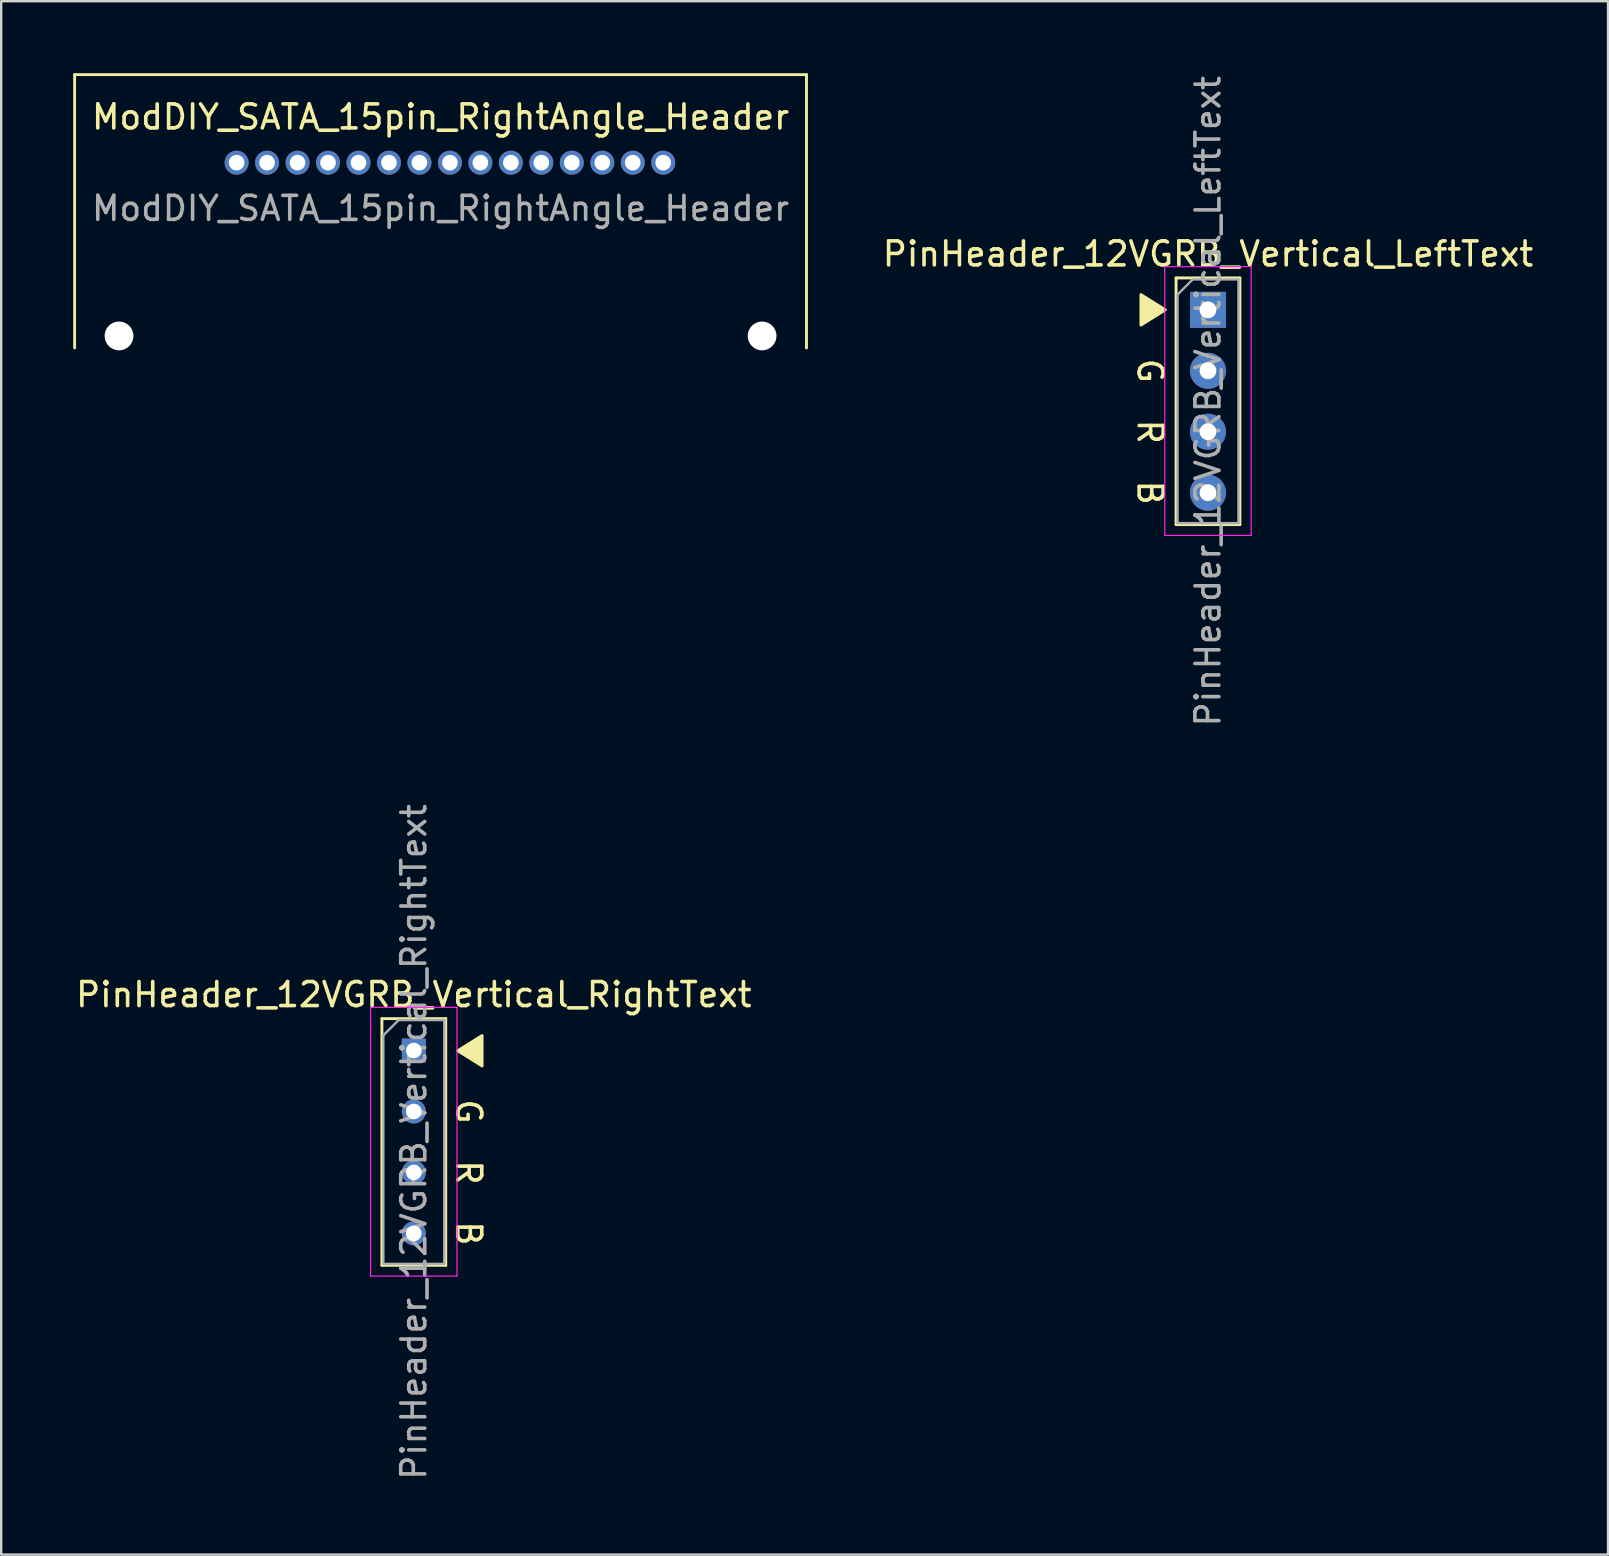
<source format=kicad_pcb>
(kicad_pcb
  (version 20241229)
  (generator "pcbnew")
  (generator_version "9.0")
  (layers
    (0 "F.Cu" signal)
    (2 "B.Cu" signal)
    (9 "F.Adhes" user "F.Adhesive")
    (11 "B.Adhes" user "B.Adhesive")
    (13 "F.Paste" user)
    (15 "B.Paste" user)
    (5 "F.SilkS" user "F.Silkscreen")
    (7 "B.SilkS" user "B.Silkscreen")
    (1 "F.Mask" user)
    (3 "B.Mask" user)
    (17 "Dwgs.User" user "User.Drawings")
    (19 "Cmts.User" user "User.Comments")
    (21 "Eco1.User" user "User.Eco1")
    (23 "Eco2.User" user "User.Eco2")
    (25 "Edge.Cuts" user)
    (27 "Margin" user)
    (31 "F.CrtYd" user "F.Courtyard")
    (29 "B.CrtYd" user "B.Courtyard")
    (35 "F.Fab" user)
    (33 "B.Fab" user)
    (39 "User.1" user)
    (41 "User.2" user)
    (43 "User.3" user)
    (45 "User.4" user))
  (footprint "PinHeader_12VGRB_Vertical_LeftText"
    (layer "F.Cu")
    (at 47.293 9.863)
    (property "Reference" "PinHeader_12VGRB_Vertical_LeftText" (at 0 -2.33 0) (layer "F.SilkS") (effects (font (size 1 1) (thickness 0.15))))
    (attr through_hole)
    (fp_line (start -1.33 -1.33) (end -1.33 8.95) (stroke (width 0.12) (type solid)) (layer "F.SilkS"))
    (fp_line (start -1.33 -1.33) (end 1.33 -1.33) (stroke (width 0.12) (type solid)) (layer "F.SilkS"))
    (fp_line (start -1.33 8.95) (end 1.33 8.95) (stroke (width 0.12) (type solid)) (layer "F.SilkS"))
    (fp_line (start 1.33 -1.33) (end 1.33 8.95) (stroke (width 0.12) (type solid)) (layer "F.SilkS"))
    (fp_poly (pts (xy -1.778 0) (xy -2.794 0.635) (xy -2.794 -0.635)) (stroke (width 0.12) (type solid)) (fill yes) (layer "F.SilkS"))
    (fp_line (start -1.8 -1.8) (end -1.8 9.4) (stroke (width 0.05) (type solid)) (layer "F.CrtYd"))
    (fp_line (start -1.8 9.4) (end 1.8 9.4) (stroke (width 0.05) (type solid)) (layer "F.CrtYd"))
    (fp_line (start 1.8 -1.8) (end -1.8 -1.8) (stroke (width 0.05) (type solid)) (layer "F.CrtYd"))
    (fp_line (start 1.8 9.4) (end 1.8 -1.8) (stroke (width 0.05) (type solid)) (layer "F.CrtYd"))
    (fp_line (start -1.27 -0.635) (end -0.635 -1.27) (stroke (width 0.1) (type solid)) (layer "F.Fab"))
    (fp_line (start -1.27 8.89) (end -1.27 -0.635) (stroke (width 0.1) (type solid)) (layer "F.Fab"))
    (fp_line (start -0.635 -1.27) (end 1.27 -1.27) (stroke (width 0.1) (type solid)) (layer "F.Fab"))
    (fp_line (start 1.27 -1.27) (end 1.27 8.89) (stroke (width 0.1) (type solid)) (layer "F.Fab"))
    (fp_line (start 1.27 8.89) (end -1.27 8.89) (stroke (width 0.1) (type solid)) (layer "F.Fab"))
    (fp_text user "B" (at -2.413 7.62 270) (unlocked yes) (layer "F.SilkS") (effects (font (size 1 1) (thickness 0.15))))
    (fp_text user "R" (at -2.413 5.08 270) (unlocked yes) (layer "F.SilkS") (effects (font (size 1 1) (thickness 0.15))))
    (fp_text user "G" (at -2.413 2.54 270) (unlocked yes) (layer "F.SilkS") (effects (font (size 1 1) (thickness 0.15))))
    (fp_text user "${REFERENCE}" (at 0 3.81 90) (layer "F.Fab") (effects (font (size 1 1) (thickness 0.15))))
    (pad "1" thru_hole rect (at 0 0) (size 1.5 1.5) (drill 0.7) (layers "*.Cu" "*.Mask"))
    (pad "2" thru_hole circle (at 0 2.54) (size 1.5 1.5) (drill 0.7) (layers "*.Cu" "*.Mask"))
    (pad "3" thru_hole circle (at 0 5.08) (size 1.5 1.5) (drill 0.7) (layers "*.Cu" "*.Mask"))
    (pad "4" thru_hole circle (at 0 7.62) (size 1.5 1.5) (drill 0.7) (layers "*.Cu" "*.Mask")))
  (footprint "ModDIY_SATA_15pin_RightAngle_Header"
    (layer "F.Cu")
    (at 15.31 3.73)
    (property "Reference" "ModDIY_SATA_15pin_RightAngle_Header" (at 0 -1.905 0) (unlocked yes) (layer "F.SilkS") (effects (font (size 1 1) (thickness 0.15))))
    (attr through_hole)
    (fp_line (start -15.25 -3.67) (end 15.25 -3.67) (stroke (width 0.12) (type solid)) (layer "F.SilkS"))
    (fp_line (start -15.25 7.72) (end -15.25 -3.67) (stroke (width 0.12) (type solid)) (layer "F.SilkS"))
    (fp_line (start 15.25 -3.67) (end 15.25 7.72) (stroke (width 0.12) (type solid)) (layer "F.SilkS"))
    (fp_text user "${REFERENCE}" (at 0 1.905 0) (unlocked yes) (layer "F.Fab") (effects (font (size 1 1) (thickness 0.15))))
    (pad "" np_thru_hole circle (at -13.4 7.22) (size 1.2 1.2) (drill 1.2) (layers "*.Cu"))
    (pad "" np_thru_hole circle (at 13.4 7.22) (size 1.2 1.2) (drill 1.2) (layers "*.Cu"))
    (pad "1" thru_hole circle (at -8.5 0) (size 1 1) (drill 0.65) (layers "*.Cu" "*.Mask"))
    (pad "2" thru_hole circle (at -7.23 0) (size 1 1) (drill 0.65) (layers "*.Cu" "*.Mask"))
    (pad "3" thru_hole circle (at -5.96 0) (size 1 1) (drill 0.65) (layers "*.Cu" "*.Mask"))
    (pad "4" thru_hole circle (at -4.69 0) (size 1 1) (drill 0.65) (layers "*.Cu" "*.Mask"))
    (pad "5" thru_hole circle (at -3.42 0) (size 1 1) (drill 0.65) (layers "*.Cu" "*.Mask"))
    (pad "6" thru_hole circle (at -2.15 0) (size 1 1) (drill 0.65) (layers "*.Cu" "*.Mask"))
    (pad "7" thru_hole circle (at -0.88 0) (size 1 1) (drill 0.65) (layers "*.Cu" "*.Mask"))
    (pad "8" thru_hole circle (at 0.39 0) (size 1 1) (drill 0.65) (layers "*.Cu" "*.Mask"))
    (pad "9" thru_hole circle (at 1.66 0) (size 1 1) (drill 0.65) (layers "*.Cu" "*.Mask"))
    (pad "10" thru_hole circle (at 2.93 0) (size 1 1) (drill 0.65) (layers "*.Cu" "*.Mask"))
    (pad "11" thru_hole circle (at 4.2 0) (size 1 1) (drill 0.65) (layers "*.Cu" "*.Mask"))
    (pad "12" thru_hole circle (at 5.47 0) (size 1 1) (drill 0.65) (layers "*.Cu" "*.Mask"))
    (pad "13" thru_hole circle (at 6.74 0) (size 1 1) (drill 0.65) (layers "*.Cu" "*.Mask"))
    (pad "14" thru_hole circle (at 8.01 0) (size 1 1) (drill 0.65) (layers "*.Cu" "*.Mask"))
    (pad "15" thru_hole circle (at 9.28 0) (size 1 1) (drill 0.65) (layers "*.Cu" "*.Mask")))
  (footprint "PinHeader_12VGRB_Vertical_RightText"
    (layer "F.Cu")
    (at 14.196 40.732)
    (property "Reference" "PinHeader_12VGRB_Vertical_RightText" (at 0 -2.33 0) (layer "F.SilkS") (effects (font (size 1 1) (thickness 0.15))))
    (attr through_hole)
    (fp_line (start -1.33 -1.33) (end -1.33 8.95) (stroke (width 0.12) (type solid)) (layer "F.SilkS"))
    (fp_line (start -1.33 -1.33) (end 1.33 -1.33) (stroke (width 0.12) (type solid)) (layer "F.SilkS"))
    (fp_line (start -1.33 8.95) (end 1.33 8.95) (stroke (width 0.12) (type solid)) (layer "F.SilkS"))
    (fp_line (start 1.33 -1.33) (end 1.33 8.95) (stroke (width 0.12) (type solid)) (layer "F.SilkS"))
    (fp_poly (pts (xy 1.829 0.009) (xy 2.845 -0.626) (xy 2.845 0.644)) (stroke (width 0.12) (type solid)) (fill yes) (layer "F.SilkS"))
    (fp_line (start -1.8 -1.8) (end -1.8 9.4) (stroke (width 0.05) (type solid)) (layer "F.CrtYd"))
    (fp_line (start -1.8 9.4) (end 1.8 9.4) (stroke (width 0.05) (type solid)) (layer "F.CrtYd"))
    (fp_line (start 1.8 -1.8) (end -1.8 -1.8) (stroke (width 0.05) (type solid)) (layer "F.CrtYd"))
    (fp_line (start 1.8 9.4) (end 1.8 -1.8) (stroke (width 0.05) (type solid)) (layer "F.CrtYd"))
    (fp_line (start -1.27 -0.635) (end -0.635 -1.27) (stroke (width 0.1) (type solid)) (layer "F.Fab"))
    (fp_line (start -1.27 8.89) (end -1.27 -0.635) (stroke (width 0.1) (type solid)) (layer "F.Fab"))
    (fp_line (start -0.635 -1.27) (end 1.27 -1.27) (stroke (width 0.1) (type solid)) (layer "F.Fab"))
    (fp_line (start 1.27 -1.27) (end 1.27 8.89) (stroke (width 0.1) (type solid)) (layer "F.Fab"))
    (fp_line (start 1.27 8.89) (end -1.27 8.89) (stroke (width 0.1) (type solid)) (layer "F.Fab"))
    (fp_text user "R" (at 2.286 5.08 270) (unlocked yes) (layer "F.SilkS") (effects (font (size 1 1) (thickness 0.15))))
    (fp_text user "G" (at 2.286 2.54 270) (unlocked yes) (layer "F.SilkS") (effects (font (size 1 1) (thickness 0.15))))
    (fp_text user "B" (at 2.286 7.62 270) (unlocked yes) (layer "F.SilkS") (effects (font (size 1 1) (thickness 0.15))))
    (fp_text user "${REFERENCE}" (at 0 3.81 90) (layer "F.Fab") (effects (font (size 1 1) (thickness 0.15))))
    (pad "1" thru_hole rect (at 0 0) (size 1 1) (drill 0.65) (layers "*.Cu" "*.Mask"))
    (pad "2" thru_hole circle (at 0 2.54) (size 1 1) (drill 0.65) (layers "*.Cu" "*.Mask"))
    (pad "3" thru_hole circle (at 0 5.08) (size 1 1) (drill 0.65) (layers "*.Cu" "*.Mask"))
    (pad "4" thru_hole circle (at 0 7.62) (size 1 1) (drill 0.65) (layers "*.Cu" "*.Mask")))
  (gr_rect
    (start -3 -3)
    (end 63.965 61.738)
    (stroke (width 0.1) (type default))
    (fill no)
    (layer "Edge.Cuts")))
</source>
